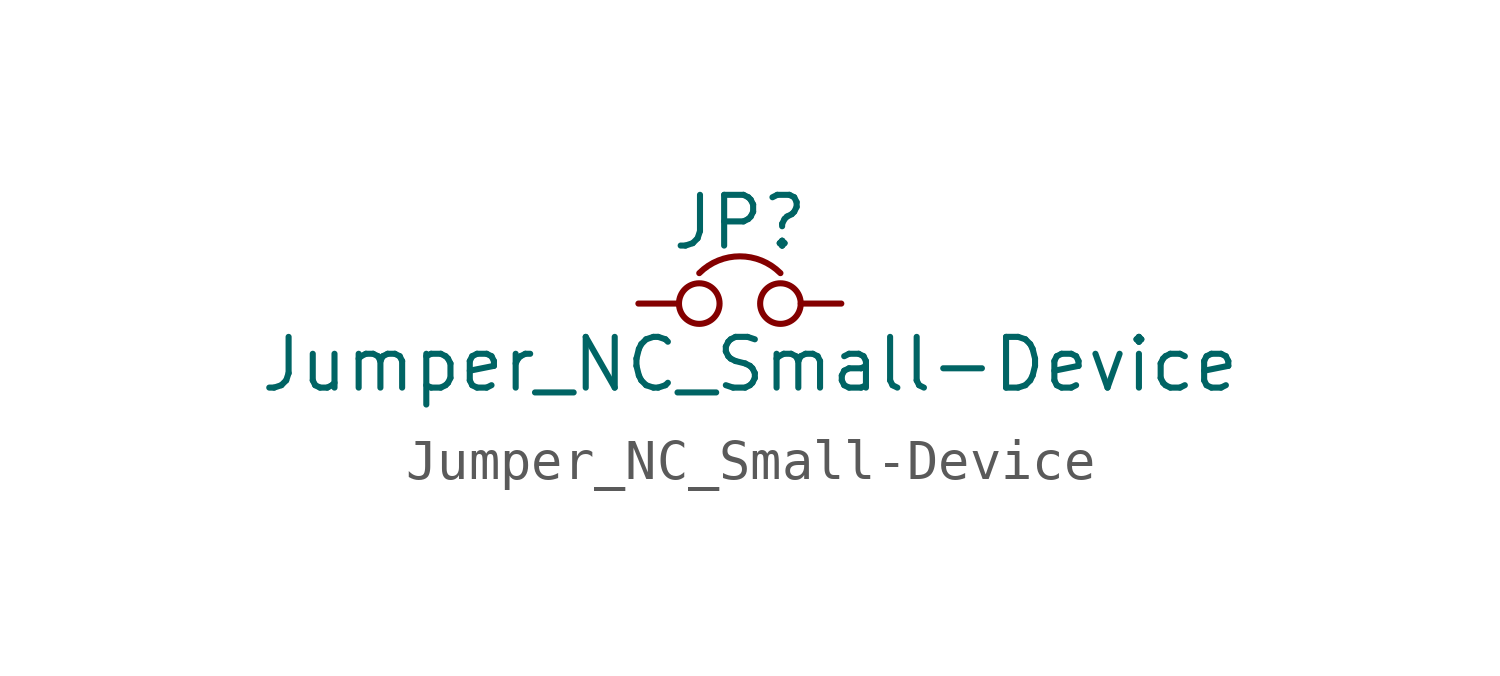
<source format=kicad_sym>
(kicad_symbol_lib
  (version 20241209)
  (generator "kicad_symbol_editor")
  (generator_version "9.0")
  (symbol "Jumper_NC_Small-Device"
    (pin_numbers
      (hide yes))
    (pin_names
      (offset 0.762)
      (hide yes))
    (property "Reference" "JP"
      (at 0 2.032 0)
      (effects (font (size 1.27 1.27))))
    (property "Value" "Jumper_NC_Small-Device"
      (at 0.254 -1.524 0)
      (effects (font (size 1.27 1.27))))
    (symbol "Jumper_NC_Small-Device_0_1"
      (circle (center -1.016 0) (radius 0.508) (stroke (width 0) (type default)) (fill (type none)))
      (arc (start -1.016 0.762) (mid 0 1.1828) (end 1.016 0.762) (stroke (width 0) (type default)) (fill (type none)))
      (circle (center 1.016 0) (radius 0.508) (stroke (width 0) (type default)) (fill (type none)))
      (pin passive line (at -2.54 0 0) (length 1.016) (name "1" (effects (font (size 1.27 1.27)))) (number "1" (effects (font (size 1.27 1.27)))))
      (pin passive line (at 2.54 0 180) (length 1.016) (name "2" (effects (font (size 1.27 1.27)))) (number "2" (effects (font (size 1.27 1.27))))))))
</source>
